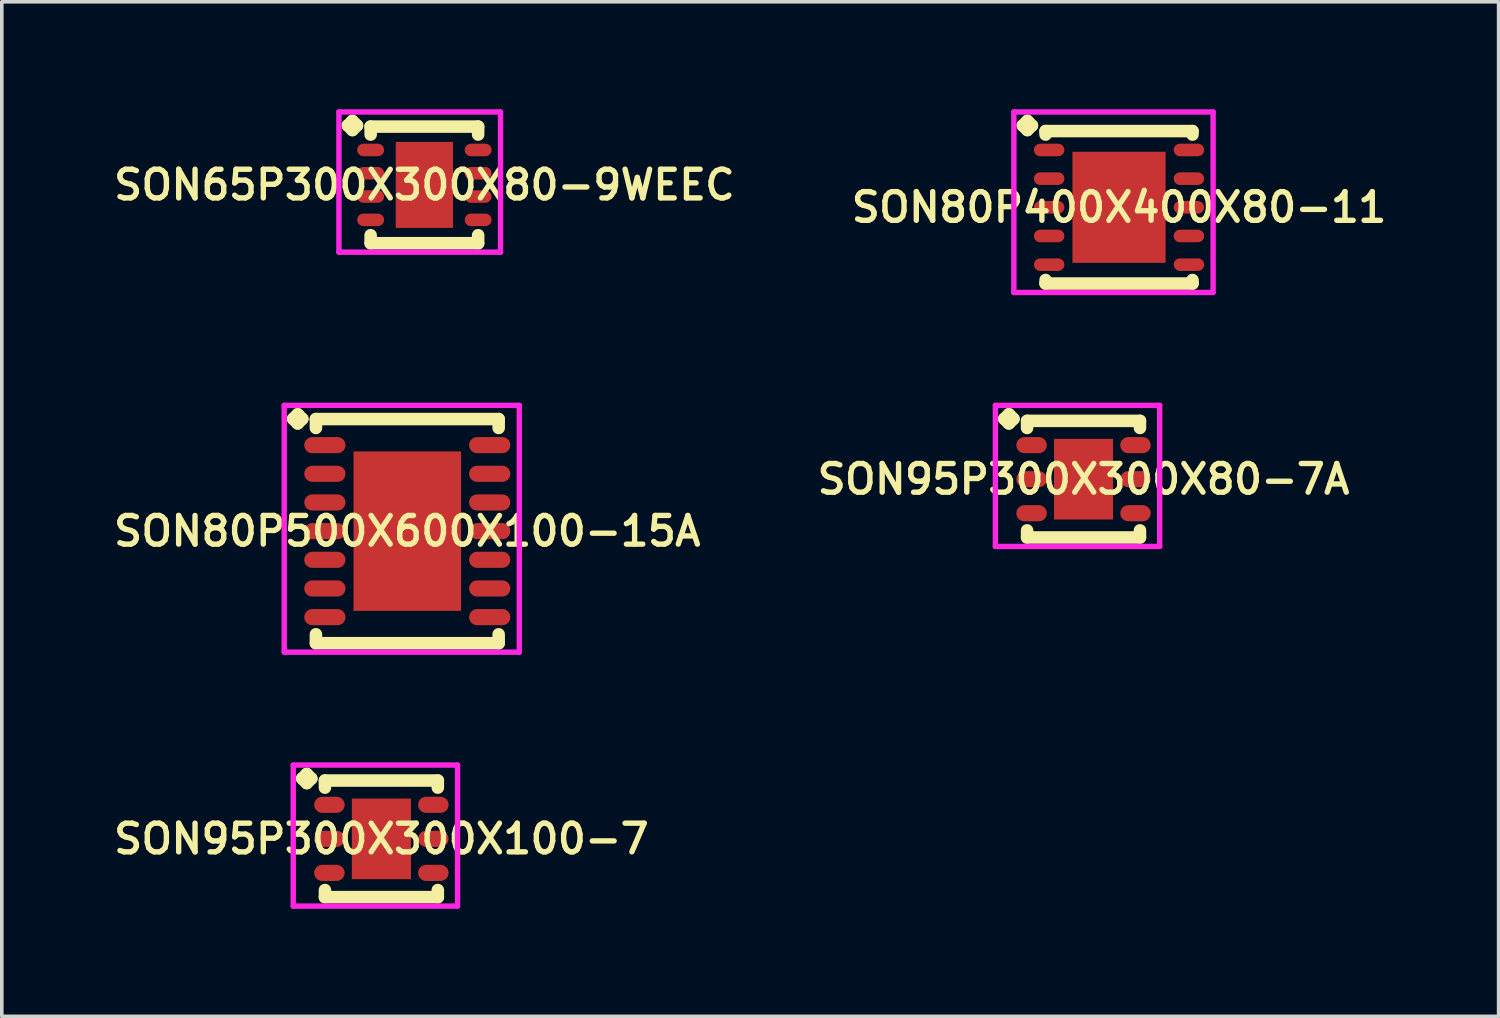
<source format=kicad_pcb>
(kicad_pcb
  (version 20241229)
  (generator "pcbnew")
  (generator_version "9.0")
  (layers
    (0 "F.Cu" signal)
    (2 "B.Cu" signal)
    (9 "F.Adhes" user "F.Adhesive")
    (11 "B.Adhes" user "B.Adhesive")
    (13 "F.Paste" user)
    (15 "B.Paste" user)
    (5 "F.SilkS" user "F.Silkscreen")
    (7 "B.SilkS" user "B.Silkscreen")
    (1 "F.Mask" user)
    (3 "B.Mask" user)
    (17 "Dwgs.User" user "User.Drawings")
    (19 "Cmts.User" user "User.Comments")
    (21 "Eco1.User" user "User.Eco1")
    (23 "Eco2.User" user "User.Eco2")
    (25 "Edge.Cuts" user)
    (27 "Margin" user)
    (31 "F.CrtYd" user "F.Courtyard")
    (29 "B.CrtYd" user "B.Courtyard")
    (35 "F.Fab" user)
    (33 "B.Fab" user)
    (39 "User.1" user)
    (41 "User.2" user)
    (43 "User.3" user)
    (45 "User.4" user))
  (footprint "SON65P300X300X80-9WEEC"
    (layer "F.Cu")
    (at 8.793 2.11)
    (property "Reference" "SON65P300X300X80-9WEEC" (at 0 0 0) (layer "F.SilkS") (effects (font (size 0.8 0.8) (thickness 0.15))))
    (attr smd)
    (fp_line (start -2.135 -1.658) (end -2.008 -1.785) (stroke (width 0.35) (type solid)) (layer "F.SilkS"))
    (fp_line (start -2.008 -1.785) (end -1.881 -1.658) (stroke (width 0.35) (type solid)) (layer "F.SilkS"))
    (fp_line (start -2.008 -1.531) (end -2.135 -1.658) (stroke (width 0.35) (type solid)) (layer "F.SilkS"))
    (fp_line (start -1.881 -1.658) (end -2.008 -1.531) (stroke (width 0.35) (type solid)) (layer "F.SilkS"))
    (fp_line (start -1.5 -1.627) (end 1.5 -1.627) (stroke (width 0.35) (type solid)) (layer "F.SilkS"))
    (fp_line (start -1.5 -1.404) (end -1.5 -1.627) (stroke (width 0.35) (type solid)) (layer "F.SilkS"))
    (fp_line (start -1.5 1.404) (end -1.5 1.627) (stroke (width 0.35) (type solid)) (layer "F.SilkS"))
    (fp_line (start -1.5 1.627) (end 1.5 1.627) (stroke (width 0.35) (type solid)) (layer "F.SilkS"))
    (fp_line (start 1.5 -1.627) (end 1.5 -1.404) (stroke (width 0.35) (type solid)) (layer "F.SilkS"))
    (fp_line (start 1.5 1.627) (end 1.5 1.404) (stroke (width 0.35) (type solid)) (layer "F.SilkS"))
    (fp_line (start -2.385 -2.035) (end 2.125 -2.035) (stroke (width 0.15) (type solid)) (layer "F.CrtYd"))
    (fp_line (start -2.385 1.877) (end -2.385 -2.035) (stroke (width 0.15) (type solid)) (layer "F.CrtYd"))
    (fp_line (start 2.125 -2.035) (end 2.125 1.877) (stroke (width 0.15) (type solid)) (layer "F.CrtYd"))
    (fp_line (start 2.125 1.877) (end -2.385 1.877) (stroke (width 0.15) (type solid)) (layer "F.CrtYd"))
    (pad "1" smd oval (at -1.5 -0.975) (size 0.75 0.35) (layers "F.Cu" "F.Mask" "F.Paste"))
    (pad "2" smd oval (at -1.5 -0.325) (size 0.75 0.35) (layers "F.Cu" "F.Mask" "F.Paste"))
    (pad "3" smd oval (at -1.5 0.325) (size 0.75 0.35) (layers "F.Cu" "F.Mask" "F.Paste"))
    (pad "4" smd oval (at -1.5 0.975) (size 0.75 0.35) (layers "F.Cu" "F.Mask" "F.Paste"))
    (pad "5" smd oval (at 1.5 0.975) (size 0.75 0.35) (layers "F.Cu" "F.Mask" "F.Paste"))
    (pad "6" smd oval (at 1.5 0.325) (size 0.75 0.35) (layers "F.Cu" "F.Mask" "F.Paste"))
    (pad "7" smd oval (at 1.5 -0.325) (size 0.75 0.35) (layers "F.Cu" "F.Mask" "F.Paste"))
    (pad "8" smd oval (at 1.5 -0.975) (size 0.75 0.35) (layers "F.Cu" "F.Mask" "F.Paste"))
    (pad "9" smd rect (at 0 0) (size 1.6 2.4) (layers "F.Cu" "F.Mask" "F.Paste")))
  (footprint "SON80P500X600X100-15A"
    (layer "F.Cu")
    (at 8.316 11.772)
    (property "Reference" "SON80P500X600X100-15A" (at 0 0 0) (layer "F.SilkS") (effects (font (size 0.8 0.8) (thickness 0.15))))
    (attr smd)
    (fp_line (start -3.185 -3.133) (end -3.058 -3.26) (stroke (width 0.35) (type solid)) (layer "F.SilkS"))
    (fp_line (start -3.058 -3.26) (end -2.931 -3.133) (stroke (width 0.35) (type solid)) (layer "F.SilkS"))
    (fp_line (start -3.058 -3.006) (end -3.185 -3.133) (stroke (width 0.35) (type solid)) (layer "F.SilkS"))
    (fp_line (start -2.931 -3.133) (end -3.058 -3.006) (stroke (width 0.35) (type solid)) (layer "F.SilkS"))
    (fp_line (start -2.55 -3.127) (end 2.55 -3.127) (stroke (width 0.35) (type solid)) (layer "F.SilkS"))
    (fp_line (start -2.55 -2.879) (end -2.55 -3.127) (stroke (width 0.35) (type solid)) (layer "F.SilkS"))
    (fp_line (start -2.55 2.879) (end -2.55 3.127) (stroke (width 0.35) (type solid)) (layer "F.SilkS"))
    (fp_line (start -2.55 3.127) (end 2.55 3.127) (stroke (width 0.35) (type solid)) (layer "F.SilkS"))
    (fp_line (start 2.55 -3.127) (end 2.55 -2.879) (stroke (width 0.35) (type solid)) (layer "F.SilkS"))
    (fp_line (start 2.55 3.127) (end 2.55 2.879) (stroke (width 0.35) (type solid)) (layer "F.SilkS"))
    (fp_line (start -3.435 -3.51) (end 3.125 -3.51) (stroke (width 0.15) (type solid)) (layer "F.CrtYd"))
    (fp_line (start -3.435 3.377) (end -3.435 -3.51) (stroke (width 0.15) (type solid)) (layer "F.CrtYd"))
    (fp_line (start 3.125 -3.51) (end 3.125 3.377) (stroke (width 0.15) (type solid)) (layer "F.CrtYd"))
    (fp_line (start 3.125 3.377) (end -3.435 3.377) (stroke (width 0.15) (type solid)) (layer "F.CrtYd"))
    (pad "1" smd oval (at -2.3 -2.4) (size 1.15 0.45) (layers "F.Cu" "F.Mask" "F.Paste"))
    (pad "2" smd oval (at -2.3 -1.6) (size 1.15 0.45) (layers "F.Cu" "F.Mask" "F.Paste"))
    (pad "3" smd oval (at -2.3 -0.8) (size 1.15 0.45) (layers "F.Cu" "F.Mask" "F.Paste"))
    (pad "4" smd oval (at -2.3 0) (size 1.15 0.45) (layers "F.Cu" "F.Mask" "F.Paste"))
    (pad "5" smd oval (at -2.3 0.8) (size 1.15 0.45) (layers "F.Cu" "F.Mask" "F.Paste"))
    (pad "6" smd oval (at -2.3 1.6) (size 1.15 0.45) (layers "F.Cu" "F.Mask" "F.Paste"))
    (pad "7" smd oval (at -2.3 2.4) (size 1.15 0.45) (layers "F.Cu" "F.Mask" "F.Paste"))
    (pad "8" smd oval (at 2.3 2.4) (size 1.15 0.45) (layers "F.Cu" "F.Mask" "F.Paste"))
    (pad "9" smd oval (at 2.3 1.6) (size 1.15 0.45) (layers "F.Cu" "F.Mask" "F.Paste"))
    (pad "10" smd oval (at 2.3 0.8) (size 1.15 0.45) (layers "F.Cu" "F.Mask" "F.Paste"))
    (pad "11" smd oval (at 2.3 0) (size 1.15 0.45) (layers "F.Cu" "F.Mask" "F.Paste"))
    (pad "12" smd oval (at 2.3 -0.8) (size 1.15 0.45) (layers "F.Cu" "F.Mask" "F.Paste"))
    (pad "13" smd oval (at 2.3 -1.6) (size 1.15 0.45) (layers "F.Cu" "F.Mask" "F.Paste"))
    (pad "14" smd oval (at 2.3 -2.4) (size 1.15 0.45) (layers "F.Cu" "F.Mask" "F.Paste"))
    (pad "15" smd rect (at 0 0) (size 3 4.45) (layers "F.Cu" "F.Mask" "F.Paste")))
  (footprint "SON95P300X300X100-7"
    (layer "F.Cu")
    (at 7.593 20.359)
    (property "Reference" "SON95P300X300X100-7" (at 0 0 0) (layer "F.SilkS") (effects (font (size 0.8 0.8) (thickness 0.15))))
    (attr smd)
    (fp_line (start -2.21 -1.683) (end -2.083 -1.81) (stroke (width 0.35) (type solid)) (layer "F.SilkS"))
    (fp_line (start -2.083 -1.81) (end -1.956 -1.683) (stroke (width 0.35) (type solid)) (layer "F.SilkS"))
    (fp_line (start -2.083 -1.556) (end -2.21 -1.683) (stroke (width 0.35) (type solid)) (layer "F.SilkS"))
    (fp_line (start -1.956 -1.683) (end -2.083 -1.556) (stroke (width 0.35) (type solid)) (layer "F.SilkS"))
    (fp_line (start -1.575 -1.627) (end 1.575 -1.627) (stroke (width 0.35) (type solid)) (layer "F.SilkS"))
    (fp_line (start -1.575 -1.429) (end -1.575 -1.627) (stroke (width 0.35) (type solid)) (layer "F.SilkS"))
    (fp_line (start -1.575 1.429) (end -1.575 1.627) (stroke (width 0.35) (type solid)) (layer "F.SilkS"))
    (fp_line (start -1.575 1.627) (end 1.575 1.627) (stroke (width 0.35) (type solid)) (layer "F.SilkS"))
    (fp_line (start 1.575 -1.627) (end 1.575 -1.429) (stroke (width 0.35) (type solid)) (layer "F.SilkS"))
    (fp_line (start 1.575 1.627) (end 1.575 1.429) (stroke (width 0.35) (type solid)) (layer "F.SilkS"))
    (fp_line (start -2.46 -2.06) (end 2.125 -2.06) (stroke (width 0.15) (type solid)) (layer "F.CrtYd"))
    (fp_line (start -2.46 1.877) (end -2.46 -2.06) (stroke (width 0.15) (type solid)) (layer "F.CrtYd"))
    (fp_line (start 2.125 -2.06) (end 2.125 1.877) (stroke (width 0.15) (type solid)) (layer "F.CrtYd"))
    (fp_line (start 2.125 1.877) (end -2.46 1.877) (stroke (width 0.15) (type solid)) (layer "F.CrtYd"))
    (pad "1" smd oval (at -1.45 -0.95) (size 0.85 0.45) (layers "F.Cu" "F.Mask" "F.Paste"))
    (pad "2" smd oval (at -1.45 0) (size 0.85 0.45) (layers "F.Cu" "F.Mask" "F.Paste"))
    (pad "3" smd oval (at -1.45 0.95) (size 0.85 0.45) (layers "F.Cu" "F.Mask" "F.Paste"))
    (pad "4" smd oval (at 1.45 0.95) (size 0.85 0.45) (layers "F.Cu" "F.Mask" "F.Paste"))
    (pad "5" smd oval (at 1.45 0) (size 0.85 0.45) (layers "F.Cu" "F.Mask" "F.Paste"))
    (pad "6" smd oval (at 1.45 -0.95) (size 0.85 0.45) (layers "F.Cu" "F.Mask" "F.Paste"))
    (pad "7" smd rect (at 0 0) (size 1.65 2.25) (layers "F.Cu" "F.Mask" "F.Paste")))
  (footprint "SON80P400X400X80-11"
    (layer "F.Cu")
    (at 28.178 2.735)
    (property "Reference" "SON80P400X400X80-11" (at 0 0 0) (layer "F.SilkS") (effects (font (size 0.8 0.8) (thickness 0.15))))
    (attr through_hole)
    (fp_line (start -2.685 -2.283) (end -2.558 -2.41) (stroke (width 0.35) (type solid)) (layer "F.SilkS"))
    (fp_line (start -2.558 -2.41) (end -2.431 -2.283) (stroke (width 0.35) (type solid)) (layer "F.SilkS"))
    (fp_line (start -2.558 -2.156) (end -2.685 -2.283) (stroke (width 0.35) (type solid)) (layer "F.SilkS"))
    (fp_line (start -2.431 -2.283) (end -2.558 -2.156) (stroke (width 0.35) (type solid)) (layer "F.SilkS"))
    (fp_line (start -2.05 -2.127) (end 2.05 -2.127) (stroke (width 0.35) (type solid)) (layer "F.SilkS"))
    (fp_line (start -2.05 -2.029) (end -2.05 -2.127) (stroke (width 0.35) (type solid)) (layer "F.SilkS"))
    (fp_line (start -2.05 2.029) (end -2.05 2.127) (stroke (width 0.35) (type solid)) (layer "F.SilkS"))
    (fp_line (start -2.05 2.127) (end 2.05 2.127) (stroke (width 0.35) (type solid)) (layer "F.SilkS"))
    (fp_line (start 2.05 -2.127) (end 2.05 -2.029) (stroke (width 0.35) (type solid)) (layer "F.SilkS"))
    (fp_line (start 2.05 2.127) (end 2.05 2.029) (stroke (width 0.35) (type solid)) (layer "F.SilkS"))
    (fp_line (start -2.935 -2.66) (end 2.625 -2.66) (stroke (width 0.15) (type solid)) (layer "F.CrtYd"))
    (fp_line (start -2.935 2.377) (end -2.935 -2.66) (stroke (width 0.15) (type solid)) (layer "F.CrtYd"))
    (fp_line (start 2.625 -2.66) (end 2.625 2.377) (stroke (width 0.15) (type solid)) (layer "F.CrtYd"))
    (fp_line (start 2.625 2.377) (end -2.935 2.377) (stroke (width 0.15) (type solid)) (layer "F.CrtYd"))
    (pad "1" smd oval (at -1.95 -1.6) (size 0.85 0.35) (layers "F.Cu" "F.Mask" "F.Paste"))
    (pad "2" smd oval (at -1.95 -0.8) (size 0.85 0.35) (layers "F.Cu" "F.Mask" "F.Paste"))
    (pad "3" smd oval (at -1.95 0) (size 0.85 0.35) (layers "F.Cu" "F.Mask" "F.Paste"))
    (pad "4" smd oval (at -1.95 0.8) (size 0.85 0.35) (layers "F.Cu" "F.Mask" "F.Paste"))
    (pad "5" smd oval (at -1.95 1.6) (size 0.85 0.35) (layers "F.Cu" "F.Mask" "F.Paste"))
    (pad "6" smd oval (at 1.95 1.6) (size 0.85 0.35) (layers "F.Cu" "F.Mask" "F.Paste"))
    (pad "7" smd oval (at 1.95 0.8) (size 0.85 0.35) (layers "F.Cu" "F.Mask" "F.Paste"))
    (pad "8" smd oval (at 1.95 0) (size 0.85 0.35) (layers "F.Cu" "F.Mask" "F.Paste"))
    (pad "9" smd oval (at 1.95 -0.8) (size 0.85 0.35) (layers "F.Cu" "F.Mask" "F.Paste"))
    (pad "10" smd oval (at 1.95 -1.6) (size 0.85 0.35) (layers "F.Cu" "F.Mask" "F.Paste"))
    (pad "11" smd rect (at 0 0) (size 2.6 3.1) (layers "F.Cu" "F.Mask" "F.Paste")))
  (footprint "SON95P300X300X80-7A"
    (layer "F.Cu")
    (at 27.187 10.322)
    (property "Reference" "SON95P300X300X80-7A" (at 0 0 0) (layer "F.SilkS") (effects (font (size 0.8 0.8) (thickness 0.15))))
    (attr smd)
    (fp_line (start -2.21 -1.683) (end -2.083 -1.81) (stroke (width 0.35) (type solid)) (layer "F.SilkS"))
    (fp_line (start -2.083 -1.81) (end -1.956 -1.683) (stroke (width 0.35) (type solid)) (layer "F.SilkS"))
    (fp_line (start -2.083 -1.556) (end -2.21 -1.683) (stroke (width 0.35) (type solid)) (layer "F.SilkS"))
    (fp_line (start -1.956 -1.683) (end -2.083 -1.556) (stroke (width 0.35) (type solid)) (layer "F.SilkS"))
    (fp_line (start -1.575 -1.627) (end 1.575 -1.627) (stroke (width 0.35) (type solid)) (layer "F.SilkS"))
    (fp_line (start -1.575 -1.429) (end -1.575 -1.627) (stroke (width 0.35) (type solid)) (layer "F.SilkS"))
    (fp_line (start -1.575 1.429) (end -1.575 1.627) (stroke (width 0.35) (type solid)) (layer "F.SilkS"))
    (fp_line (start -1.575 1.627) (end 1.575 1.627) (stroke (width 0.35) (type solid)) (layer "F.SilkS"))
    (fp_line (start 1.575 -1.627) (end 1.575 -1.429) (stroke (width 0.35) (type solid)) (layer "F.SilkS"))
    (fp_line (start 1.575 1.627) (end 1.575 1.429) (stroke (width 0.35) (type solid)) (layer "F.SilkS"))
    (fp_line (start -2.46 -2.06) (end 2.125 -2.06) (stroke (width 0.15) (type solid)) (layer "F.CrtYd"))
    (fp_line (start -2.46 1.877) (end -2.46 -2.06) (stroke (width 0.15) (type solid)) (layer "F.CrtYd"))
    (fp_line (start 2.125 -2.06) (end 2.125 1.877) (stroke (width 0.15) (type solid)) (layer "F.CrtYd"))
    (fp_line (start 2.125 1.877) (end -2.46 1.877) (stroke (width 0.15) (type solid)) (layer "F.CrtYd"))
    (pad "1" smd oval (at -1.45 -0.95) (size 0.85 0.45) (layers "F.Cu" "F.Mask" "F.Paste"))
    (pad "2" smd oval (at -1.45 0) (size 0.85 0.45) (layers "F.Cu" "F.Mask" "F.Paste"))
    (pad "3" smd oval (at -1.45 0.95) (size 0.85 0.45) (layers "F.Cu" "F.Mask" "F.Paste"))
    (pad "4" smd oval (at 1.45 0.95) (size 0.85 0.45) (layers "F.Cu" "F.Mask" "F.Paste"))
    (pad "5" smd oval (at 1.45 0) (size 0.85 0.45) (layers "F.Cu" "F.Mask" "F.Paste"))
    (pad "6" smd oval (at 1.45 -0.95) (size 0.85 0.45) (layers "F.Cu" "F.Mask" "F.Paste"))
    (pad "7" smd rect (at 0 0) (size 1.65 2.25) (layers "F.Cu" "F.Mask" "F.Paste")))
  (gr_rect
    (start -3 -3)
    (end 38.77 25.311)
    (stroke (width 0.1) (type default))
    (fill no)
    (layer "Edge.Cuts")))
</source>
